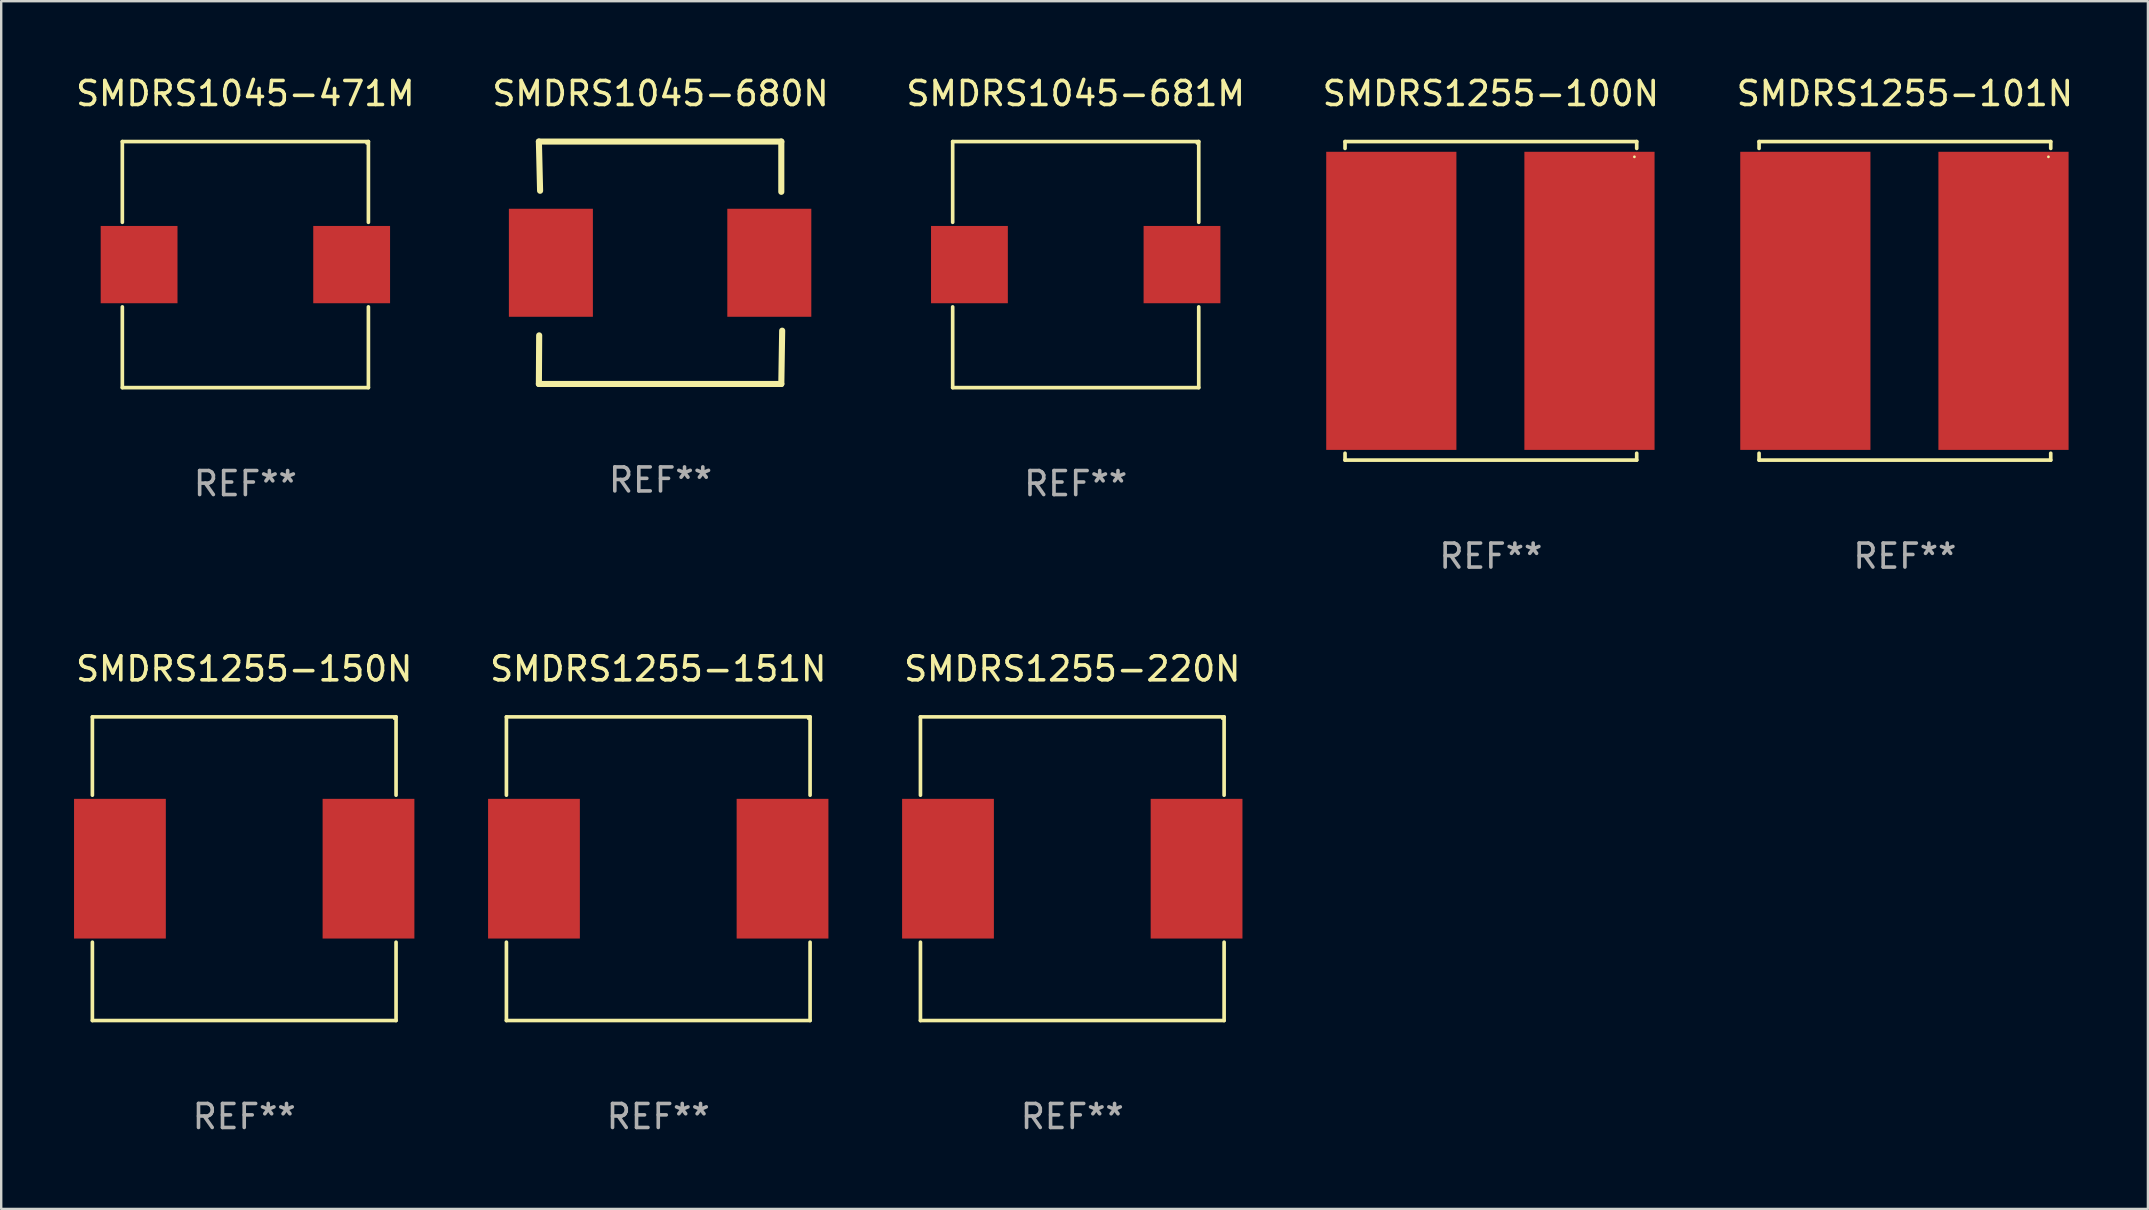
<source format=kicad_pcb>
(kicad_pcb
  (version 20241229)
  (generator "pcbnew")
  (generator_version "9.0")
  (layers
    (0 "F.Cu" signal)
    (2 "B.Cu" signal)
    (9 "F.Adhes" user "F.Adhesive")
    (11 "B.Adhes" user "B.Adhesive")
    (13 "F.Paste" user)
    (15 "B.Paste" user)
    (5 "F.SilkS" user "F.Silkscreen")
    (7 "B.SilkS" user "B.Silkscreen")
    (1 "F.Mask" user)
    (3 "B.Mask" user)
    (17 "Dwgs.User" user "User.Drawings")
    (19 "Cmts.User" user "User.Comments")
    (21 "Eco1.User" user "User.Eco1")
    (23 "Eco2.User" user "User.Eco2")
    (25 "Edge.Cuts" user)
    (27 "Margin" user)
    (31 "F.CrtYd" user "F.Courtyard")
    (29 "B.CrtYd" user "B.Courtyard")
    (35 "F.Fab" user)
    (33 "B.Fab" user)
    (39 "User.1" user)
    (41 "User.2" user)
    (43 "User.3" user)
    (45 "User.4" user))
  (footprint "SMDRS1045-681M"
    (layer "F.Cu")
    (at 41.768 7.974)
    (property "Reference" "SMDRS1045-681M" (at 0 -7.126 0) (layer "F.SilkS") (effects (font (size 1 1) (thickness 0.15))))
    (attr through_hole)
    (fp_line (start -5.126 -5.126) (end 5.126 -5.126) (stroke (width 0.152) (type solid)) (layer "F.SilkS"))
    (fp_line (start -5.126 -1.762) (end -5.126 -5.126) (stroke (width 0.152) (type solid)) (layer "F.SilkS"))
    (fp_line (start -5.126 1.762) (end -5.126 5.126) (stroke (width 0.152) (type solid)) (layer "F.SilkS"))
    (fp_line (start -5.126 5.126) (end 5.126 5.126) (stroke (width 0.152) (type solid)) (layer "F.SilkS"))
    (fp_line (start 5.126 -5.126) (end 5.126 -1.762) (stroke (width 0.152) (type solid)) (layer "F.SilkS"))
    (fp_line (start 5.126 5.126) (end 5.126 1.762) (stroke (width 0.152) (type solid)) (layer "F.SilkS"))
    (fp_circle (center 5.05 -5.05) (end 5.08 -5.05) (stroke (width 0.06) (type solid)) (fill no) (layer "F.SilkS"))
    (fp_text user "REF**" (at 0 9.126 0) (layer "F.Fab") (effects (font (size 1 1) (thickness 0.15))))
    (pad "1" smd rect (at 4.428 0) (size 3.2 3.22) (layers "F.Cu" "F.Mask" "F.Paste"))
    (pad "2" smd rect (at -4.428 0) (size 3.2 3.22) (layers "F.Cu" "F.Mask" "F.Paste")))
  (footprint "SMDRS1255-150N"
    (layer "F.Cu")
    (at 7.125 33.143)
    (property "Reference" "SMDRS1255-150N" (at 0 -8.326 0) (layer "F.SilkS") (effects (font (size 1 1) (thickness 0.15))))
    (attr through_hole)
    (fp_line (start -6.326 -6.326) (end 6.326 -6.326) (stroke (width 0.152) (type solid)) (layer "F.SilkS"))
    (fp_line (start -6.326 -3.062) (end -6.326 -6.326) (stroke (width 0.152) (type solid)) (layer "F.SilkS"))
    (fp_line (start -6.326 3.062) (end -6.326 6.326) (stroke (width 0.152) (type solid)) (layer "F.SilkS"))
    (fp_line (start -6.326 6.326) (end 6.326 6.326) (stroke (width 0.152) (type solid)) (layer "F.SilkS"))
    (fp_line (start 6.326 -6.326) (end 6.326 -3.062) (stroke (width 0.152) (type solid)) (layer "F.SilkS"))
    (fp_line (start 6.326 6.326) (end 6.326 3.062) (stroke (width 0.152) (type solid)) (layer "F.SilkS"))
    (fp_circle (center 6.25 -6.25) (end 6.28 -6.25) (stroke (width 0.06) (type solid)) (fill no) (layer "F.SilkS"))
    (fp_text user "REF**" (at 0 10.326 0) (layer "F.Fab") (effects (font (size 1 1) (thickness 0.15))))
    (pad "1" smd rect (at 5.178 0) (size 3.824 5.82) (layers "F.Cu" "F.Mask" "F.Paste"))
    (pad "2" smd rect (at -5.178 0) (size 3.824 5.82) (layers "F.Cu" "F.Mask" "F.Paste")))
  (footprint "SMDRS1045-680N"
    (layer "F.Cu")
    (at 24.47 7.898)
    (property "Reference" "SMDRS1045-680N" (at 0 -7.05 0) (layer "F.SilkS") (effects (font (size 1 1) (thickness 0.15))))
    (attr through_hole)
    (fp_line (start -5.068 -5.05) (end 5.032 -5.05) (stroke (width 0.254) (type solid)) (layer "F.SilkS"))
    (fp_line (start -5.068 5.05) (end -5.056 3.025) (stroke (width 0.254) (type solid)) (layer "F.SilkS"))
    (fp_line (start -5.018 -3) (end -5.068 -5.05) (stroke (width 0.254) (type solid)) (layer "F.SilkS"))
    (fp_line (start 5.032 -5.05) (end 5.032 -2.956) (stroke (width 0.254) (type solid)) (layer "F.SilkS"))
    (fp_line (start 5.032 5.05) (end -5.068 5.05) (stroke (width 0.254) (type solid)) (layer "F.SilkS"))
    (fp_line (start 5.068 2.829) (end 5.032 5.05) (stroke (width 0.254) (type solid)) (layer "F.SilkS"))
    (fp_circle (center -5.068 5.05) (end -5.038 5.05) (stroke (width 0.06) (type solid)) (fill no) (layer "F.SilkS"))
    (fp_text user "REF**" (at 0 9.05 0) (layer "F.Fab") (effects (font (size 1 1) (thickness 0.15))))
    (pad "1" smd rect (at -4.568 0 90) (size 4.5 3.5) (layers "F.Cu" "F.Mask" "F.Paste"))
    (pad "2" smd rect (at 4.532 0 90) (size 4.5 3.5) (layers "F.Cu" "F.Mask" "F.Paste")))
  (footprint "SMDRS1255-100N"
    (layer "F.Cu")
    (at 59.065 9.484)
    (property "Reference" "SMDRS1255-100N" (at 0 -8.636 0) (layer "F.SilkS") (effects (font (size 1 1) (thickness 0.15))))
    (attr through_hole)
    (fp_line (start -6.076 -6.636) (end -6.076 -6.35) (stroke (width 0.152) (type solid)) (layer "F.SilkS"))
    (fp_line (start -6.076 6.636) (end -6.076 6.35) (stroke (width 0.152) (type solid)) (layer "F.SilkS"))
    (fp_line (start 6.076 -6.636) (end -6.076 -6.636) (stroke (width 0.152) (type solid)) (layer "F.SilkS"))
    (fp_line (start 6.076 -6.35) (end 6.076 -6.636) (stroke (width 0.152) (type solid)) (layer "F.SilkS"))
    (fp_line (start 6.076 6.35) (end 6.076 6.636) (stroke (width 0.152) (type solid)) (layer "F.SilkS"))
    (fp_line (start 6.076 6.636) (end -6.076 6.636) (stroke (width 0.152) (type solid)) (layer "F.SilkS"))
    (fp_circle (center 5.98 -6) (end 6.01 -6) (stroke (width 0.06) (type solid)) (fill no) (layer "F.SilkS"))
    (fp_text user "REF**" (at 0 10.636 0) (layer "F.Fab") (effects (font (size 1 1) (thickness 0.15))))
    (pad "1" smd rect (at 4.108 0) (size 5.424 12.42) (layers "F.Cu" "F.Mask" "F.Paste"))
    (pad "2" smd rect (at -4.148 0) (size 5.424 12.42) (layers "F.Cu" "F.Mask" "F.Paste")))
  (footprint "SMDRS1255-151N"
    (layer "F.Cu")
    (at 24.375 33.143)
    (property "Reference" "SMDRS1255-151N" (at 0 -8.326 0) (layer "F.SilkS") (effects (font (size 1 1) (thickness 0.15))))
    (attr through_hole)
    (fp_line (start -6.326 -6.326) (end 6.326 -6.326) (stroke (width 0.152) (type solid)) (layer "F.SilkS"))
    (fp_line (start -6.326 -3.062) (end -6.326 -6.326) (stroke (width 0.152) (type solid)) (layer "F.SilkS"))
    (fp_line (start -6.326 3.062) (end -6.326 6.326) (stroke (width 0.152) (type solid)) (layer "F.SilkS"))
    (fp_line (start -6.326 6.326) (end 6.326 6.326) (stroke (width 0.152) (type solid)) (layer "F.SilkS"))
    (fp_line (start 6.326 -6.326) (end 6.326 -3.062) (stroke (width 0.152) (type solid)) (layer "F.SilkS"))
    (fp_line (start 6.326 6.326) (end 6.326 3.062) (stroke (width 0.152) (type solid)) (layer "F.SilkS"))
    (fp_circle (center 6.25 -6.25) (end 6.28 -6.25) (stroke (width 0.06) (type solid)) (fill no) (layer "F.SilkS"))
    (fp_text user "REF**" (at 0 10.326 0) (layer "F.Fab") (effects (font (size 1 1) (thickness 0.15))))
    (pad "1" smd rect (at 5.178 0) (size 3.824 5.82) (layers "F.Cu" "F.Mask" "F.Paste"))
    (pad "2" smd rect (at -5.178 0) (size 3.824 5.82) (layers "F.Cu" "F.Mask" "F.Paste")))
  (footprint "SMDRS1045-471M"
    (layer "F.Cu")
    (at 7.173 7.974)
    (property "Reference" "SMDRS1045-471M" (at 0 -7.126 0) (layer "F.SilkS") (effects (font (size 1 1) (thickness 0.15))))
    (attr through_hole)
    (fp_line (start -5.126 -5.126) (end 5.126 -5.126) (stroke (width 0.152) (type solid)) (layer "F.SilkS"))
    (fp_line (start -5.126 -1.762) (end -5.126 -5.126) (stroke (width 0.152) (type solid)) (layer "F.SilkS"))
    (fp_line (start -5.126 1.762) (end -5.126 5.126) (stroke (width 0.152) (type solid)) (layer "F.SilkS"))
    (fp_line (start -5.126 5.126) (end 5.126 5.126) (stroke (width 0.152) (type solid)) (layer "F.SilkS"))
    (fp_line (start 5.126 -5.126) (end 5.126 -1.762) (stroke (width 0.152) (type solid)) (layer "F.SilkS"))
    (fp_line (start 5.126 5.126) (end 5.126 1.762) (stroke (width 0.152) (type solid)) (layer "F.SilkS"))
    (fp_circle (center 5.05 -5.05) (end 5.08 -5.05) (stroke (width 0.06) (type solid)) (fill no) (layer "F.SilkS"))
    (fp_text user "REF**" (at 0 9.126 0) (layer "F.Fab") (effects (font (size 1 1) (thickness 0.15))))
    (pad "1" smd rect (at 4.428 0) (size 3.2 3.22) (layers "F.Cu" "F.Mask" "F.Paste"))
    (pad "2" smd rect (at -4.428 0) (size 3.2 3.22) (layers "F.Cu" "F.Mask" "F.Paste")))
  (footprint "SMDRS1255-220N"
    (layer "F.Cu")
    (at 41.625 33.143)
    (property "Reference" "SMDRS1255-220N" (at 0 -8.326 0) (layer "F.SilkS") (effects (font (size 1 1) (thickness 0.15))))
    (attr through_hole)
    (fp_line (start -6.326 -6.326) (end 6.326 -6.326) (stroke (width 0.152) (type solid)) (layer "F.SilkS"))
    (fp_line (start -6.326 -3.062) (end -6.326 -6.326) (stroke (width 0.152) (type solid)) (layer "F.SilkS"))
    (fp_line (start -6.326 3.062) (end -6.326 6.326) (stroke (width 0.152) (type solid)) (layer "F.SilkS"))
    (fp_line (start -6.326 6.326) (end 6.326 6.326) (stroke (width 0.152) (type solid)) (layer "F.SilkS"))
    (fp_line (start 6.326 -6.326) (end 6.326 -3.062) (stroke (width 0.152) (type solid)) (layer "F.SilkS"))
    (fp_line (start 6.326 6.326) (end 6.326 3.062) (stroke (width 0.152) (type solid)) (layer "F.SilkS"))
    (fp_circle (center 6.25 -6.25) (end 6.28 -6.25) (stroke (width 0.06) (type solid)) (fill no) (layer "F.SilkS"))
    (fp_text user "REF**" (at 0 10.326 0) (layer "F.Fab") (effects (font (size 1 1) (thickness 0.15))))
    (pad "1" smd rect (at 5.178 0) (size 3.824 5.82) (layers "F.Cu" "F.Mask" "F.Paste"))
    (pad "2" smd rect (at -5.178 0) (size 3.824 5.82) (layers "F.Cu" "F.Mask" "F.Paste")))
  (footprint "SMDRS1255-101N"
    (layer "F.Cu")
    (at 76.315 9.484)
    (property "Reference" "SMDRS1255-101N" (at 0 -8.636 0) (layer "F.SilkS") (effects (font (size 1 1) (thickness 0.15))))
    (attr through_hole)
    (fp_line (start -6.076 -6.636) (end -6.076 -6.35) (stroke (width 0.152) (type solid)) (layer "F.SilkS"))
    (fp_line (start -6.076 6.636) (end -6.076 6.35) (stroke (width 0.152) (type solid)) (layer "F.SilkS"))
    (fp_line (start 6.076 -6.636) (end -6.076 -6.636) (stroke (width 0.152) (type solid)) (layer "F.SilkS"))
    (fp_line (start 6.076 -6.35) (end 6.076 -6.636) (stroke (width 0.152) (type solid)) (layer "F.SilkS"))
    (fp_line (start 6.076 6.35) (end 6.076 6.636) (stroke (width 0.152) (type solid)) (layer "F.SilkS"))
    (fp_line (start 6.076 6.636) (end -6.076 6.636) (stroke (width 0.152) (type solid)) (layer "F.SilkS"))
    (fp_circle (center 5.98 -6) (end 6.01 -6) (stroke (width 0.06) (type solid)) (fill no) (layer "F.SilkS"))
    (fp_text user "REF**" (at 0 10.636 0) (layer "F.Fab") (effects (font (size 1 1) (thickness 0.15))))
    (pad "1" smd rect (at 4.108 0) (size 5.424 12.42) (layers "F.Cu" "F.Mask" "F.Paste"))
    (pad "2" smd rect (at -4.148 0) (size 5.424 12.42) (layers "F.Cu" "F.Mask" "F.Paste")))
  (gr_rect
    (start -3 -3)
    (end 86.44 47.318)
    (stroke (width 0.1) (type default))
    (fill no)
    (layer "Edge.Cuts")))
</source>
